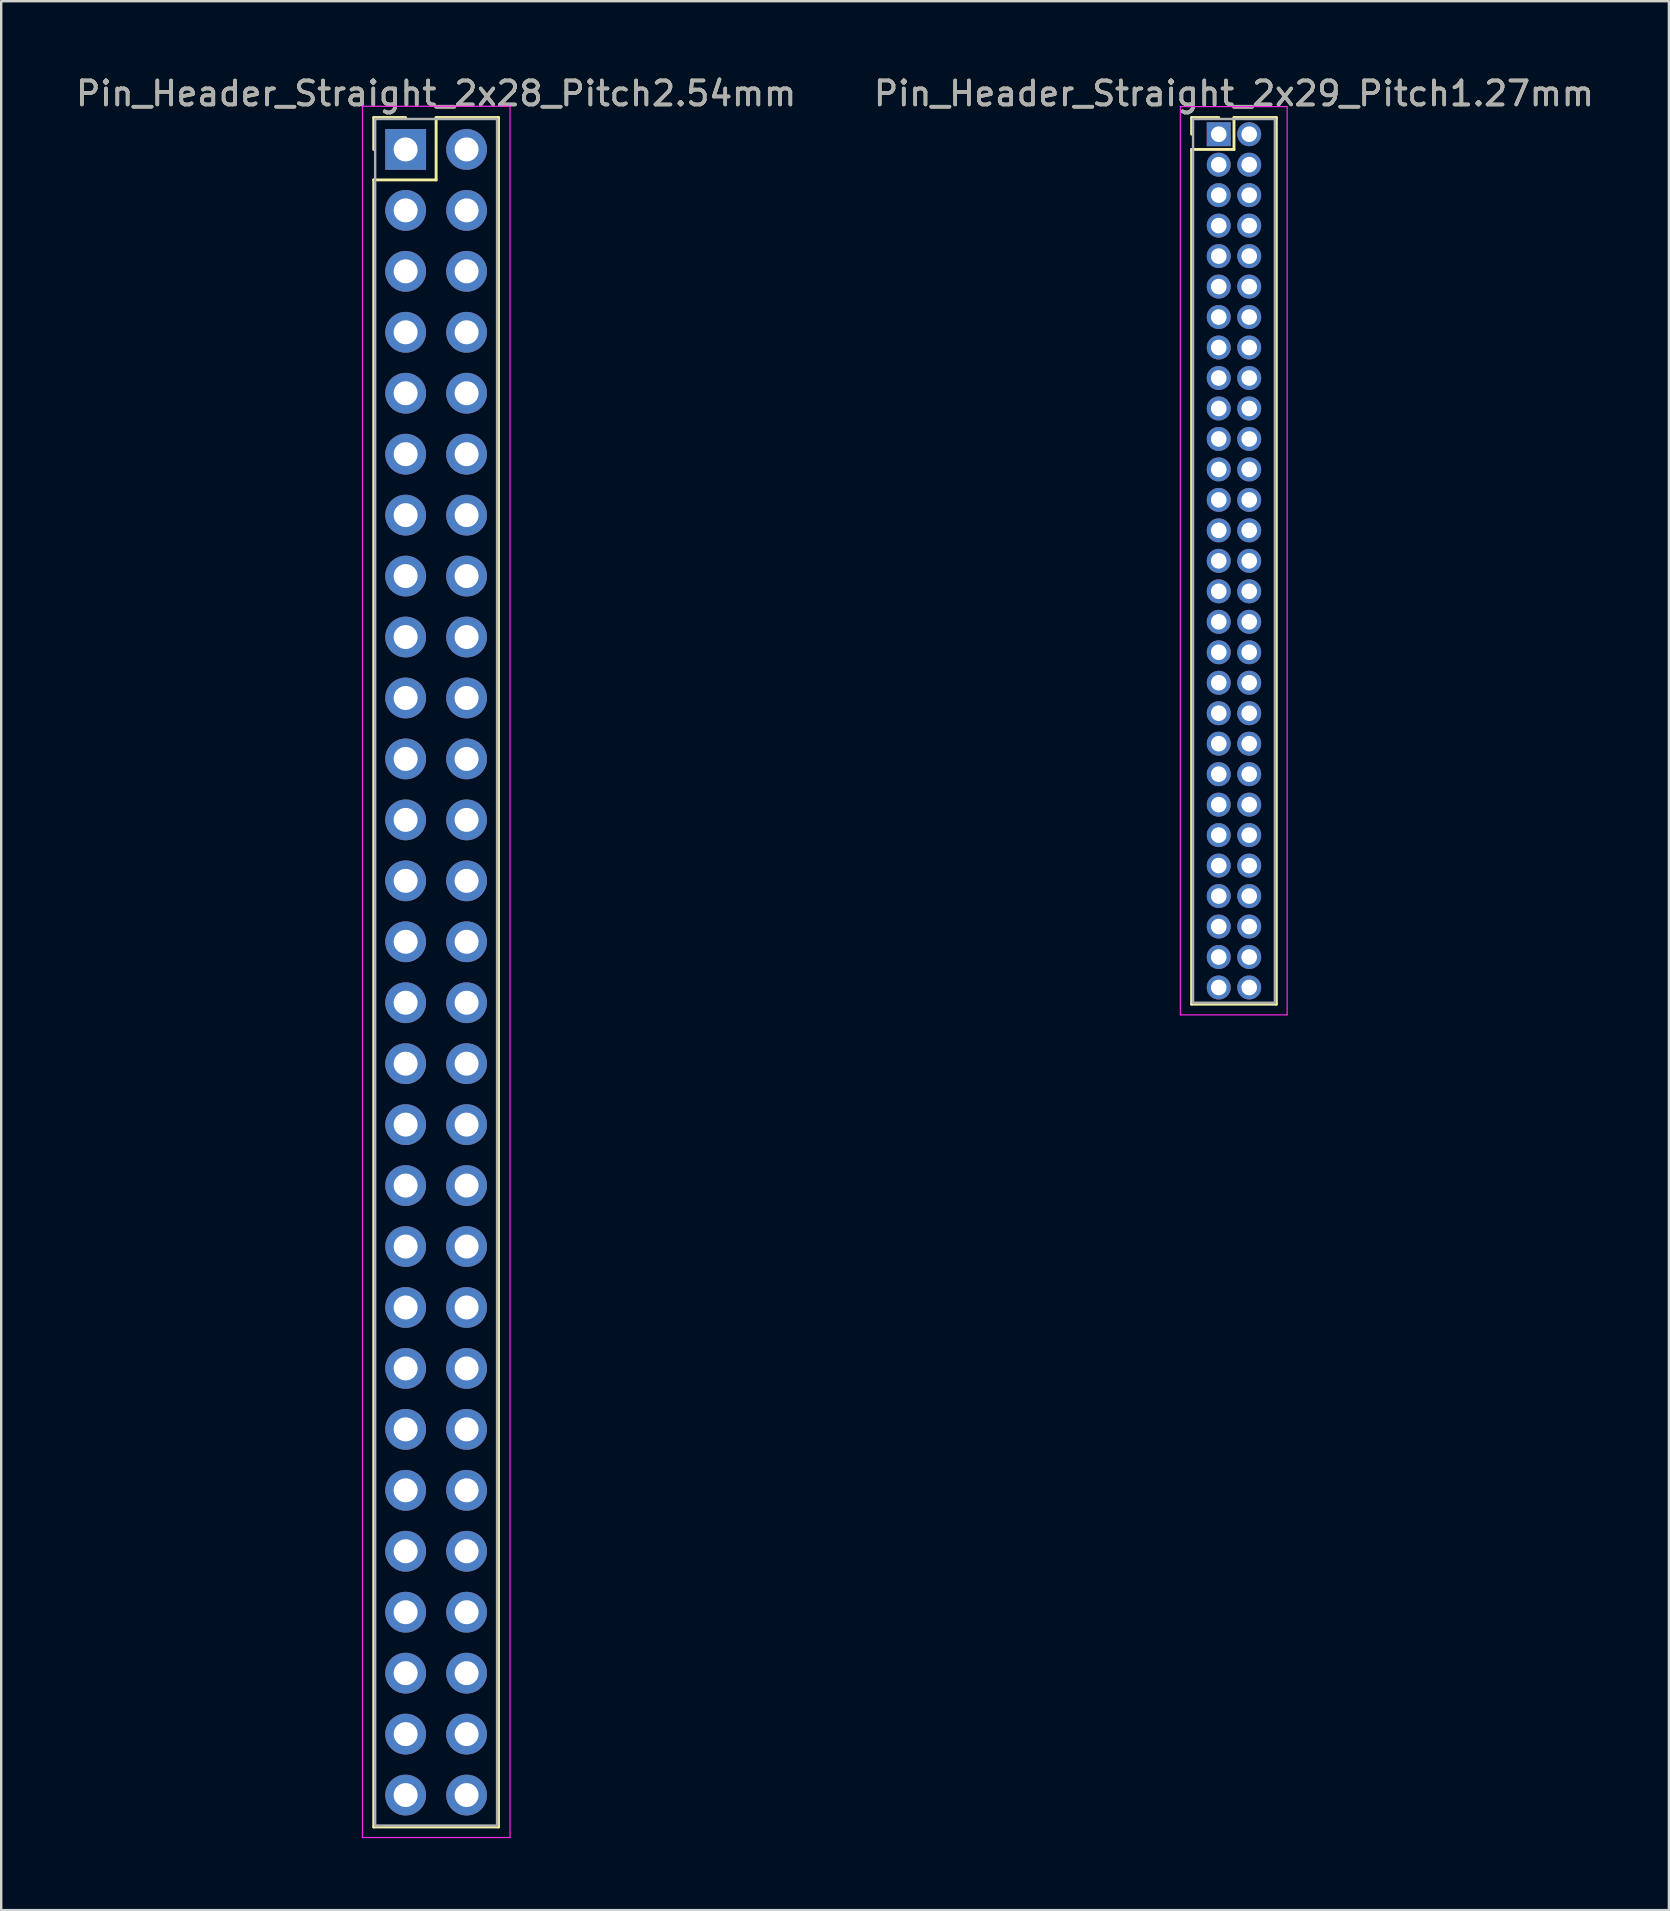
<source format=kicad_pcb>
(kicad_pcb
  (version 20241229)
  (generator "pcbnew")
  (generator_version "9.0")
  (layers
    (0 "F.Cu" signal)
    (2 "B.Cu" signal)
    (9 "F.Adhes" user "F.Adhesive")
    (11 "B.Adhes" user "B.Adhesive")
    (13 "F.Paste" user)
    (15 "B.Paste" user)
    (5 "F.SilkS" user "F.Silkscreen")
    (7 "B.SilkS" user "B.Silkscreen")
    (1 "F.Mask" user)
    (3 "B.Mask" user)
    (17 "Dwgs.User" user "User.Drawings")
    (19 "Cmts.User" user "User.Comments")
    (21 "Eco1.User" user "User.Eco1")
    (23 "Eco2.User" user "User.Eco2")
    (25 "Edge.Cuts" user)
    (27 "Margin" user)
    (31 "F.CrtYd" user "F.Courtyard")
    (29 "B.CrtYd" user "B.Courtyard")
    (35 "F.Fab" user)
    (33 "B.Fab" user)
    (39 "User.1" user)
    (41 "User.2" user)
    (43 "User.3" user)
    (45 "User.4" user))
  (footprint "Pin_Header_Straight_2x28_Pitch2.54mm"
    (layer "F.Cu")
    (at 13.855 3.178)
    (property "Reference" "Pin_Header_Straight_2x28_Pitch2.54mm" (at 1.27 -2.33 0) (layer "F.SilkS") (effects (font (size 1 1) (thickness 0.15))))
    (attr through_hole)
    (fp_line (start -1.33 -1.33) (end 0 -1.33) (stroke (width 0.12) (type solid)) (layer "F.SilkS"))
    (fp_line (start -1.33 0) (end -1.33 -1.33) (stroke (width 0.12) (type solid)) (layer "F.SilkS"))
    (fp_line (start -1.33 1.27) (end -1.33 69.91) (stroke (width 0.12) (type solid)) (layer "F.SilkS"))
    (fp_line (start -1.33 69.91) (end 3.87 69.91) (stroke (width 0.12) (type solid)) (layer "F.SilkS"))
    (fp_line (start 1.27 -1.33) (end 1.27 1.27) (stroke (width 0.12) (type solid)) (layer "F.SilkS"))
    (fp_line (start 1.27 1.27) (end -1.33 1.27) (stroke (width 0.12) (type solid)) (layer "F.SilkS"))
    (fp_line (start 3.87 -1.33) (end 1.27 -1.33) (stroke (width 0.12) (type solid)) (layer "F.SilkS"))
    (fp_line (start 3.87 69.91) (end 3.87 -1.33) (stroke (width 0.12) (type solid)) (layer "F.SilkS"))
    (fp_line (start -1.8 -1.8) (end -1.8 70.35) (stroke (width 0.05) (type solid)) (layer "F.CrtYd"))
    (fp_line (start -1.8 70.35) (end 4.35 70.35) (stroke (width 0.05) (type solid)) (layer "F.CrtYd"))
    (fp_line (start 4.35 -1.8) (end -1.8 -1.8) (stroke (width 0.05) (type solid)) (layer "F.CrtYd"))
    (fp_line (start 4.35 70.35) (end 4.35 -1.8) (stroke (width 0.05) (type solid)) (layer "F.CrtYd"))
    (fp_line (start -1.27 -1.27) (end -1.27 69.85) (stroke (width 0.1) (type solid)) (layer "F.Fab"))
    (fp_line (start -1.27 69.85) (end 3.81 69.85) (stroke (width 0.1) (type solid)) (layer "F.Fab"))
    (fp_line (start 3.81 -1.27) (end -1.27 -1.27) (stroke (width 0.1) (type solid)) (layer "F.Fab"))
    (fp_line (start 3.81 69.85) (end 3.81 -1.27) (stroke (width 0.1) (type solid)) (layer "F.Fab"))
    (fp_text user "${REFERENCE}" (at 1.27 -2.33 0) (layer "F.Fab") (effects (font (size 1 1) (thickness 0.15))))
    (pad "1" thru_hole rect (at 0 0) (size 1.7 1.7) (drill 1) (layers "*.Cu" "*.Mask"))
    (pad "2" thru_hole oval (at 2.54 0) (size 1.7 1.7) (drill 1) (layers "*.Cu" "*.Mask"))
    (pad "3" thru_hole oval (at 0 2.54) (size 1.7 1.7) (drill 1) (layers "*.Cu" "*.Mask"))
    (pad "4" thru_hole oval (at 2.54 2.54) (size 1.7 1.7) (drill 1) (layers "*.Cu" "*.Mask"))
    (pad "5" thru_hole oval (at 0 5.08) (size 1.7 1.7) (drill 1) (layers "*.Cu" "*.Mask"))
    (pad "6" thru_hole oval (at 2.54 5.08) (size 1.7 1.7) (drill 1) (layers "*.Cu" "*.Mask"))
    (pad "7" thru_hole oval (at 0 7.62) (size 1.7 1.7) (drill 1) (layers "*.Cu" "*.Mask"))
    (pad "8" thru_hole oval (at 2.54 7.62) (size 1.7 1.7) (drill 1) (layers "*.Cu" "*.Mask"))
    (pad "9" thru_hole oval (at 0 10.16) (size 1.7 1.7) (drill 1) (layers "*.Cu" "*.Mask"))
    (pad "10" thru_hole oval (at 2.54 10.16) (size 1.7 1.7) (drill 1) (layers "*.Cu" "*.Mask"))
    (pad "11" thru_hole oval (at 0 12.7) (size 1.7 1.7) (drill 1) (layers "*.Cu" "*.Mask"))
    (pad "12" thru_hole oval (at 2.54 12.7) (size 1.7 1.7) (drill 1) (layers "*.Cu" "*.Mask"))
    (pad "13" thru_hole oval (at 0 15.24) (size 1.7 1.7) (drill 1) (layers "*.Cu" "*.Mask"))
    (pad "14" thru_hole oval (at 2.54 15.24) (size 1.7 1.7) (drill 1) (layers "*.Cu" "*.Mask"))
    (pad "15" thru_hole oval (at 0 17.78) (size 1.7 1.7) (drill 1) (layers "*.Cu" "*.Mask"))
    (pad "16" thru_hole oval (at 2.54 17.78) (size 1.7 1.7) (drill 1) (layers "*.Cu" "*.Mask"))
    (pad "17" thru_hole oval (at 0 20.32) (size 1.7 1.7) (drill 1) (layers "*.Cu" "*.Mask"))
    (pad "18" thru_hole oval (at 2.54 20.32) (size 1.7 1.7) (drill 1) (layers "*.Cu" "*.Mask"))
    (pad "19" thru_hole oval (at 0 22.86) (size 1.7 1.7) (drill 1) (layers "*.Cu" "*.Mask"))
    (pad "20" thru_hole oval (at 2.54 22.86) (size 1.7 1.7) (drill 1) (layers "*.Cu" "*.Mask"))
    (pad "21" thru_hole oval (at 0 25.4) (size 1.7 1.7) (drill 1) (layers "*.Cu" "*.Mask"))
    (pad "22" thru_hole oval (at 2.54 25.4) (size 1.7 1.7) (drill 1) (layers "*.Cu" "*.Mask"))
    (pad "23" thru_hole oval (at 0 27.94) (size 1.7 1.7) (drill 1) (layers "*.Cu" "*.Mask"))
    (pad "24" thru_hole oval (at 2.54 27.94) (size 1.7 1.7) (drill 1) (layers "*.Cu" "*.Mask"))
    (pad "25" thru_hole oval (at 0 30.48) (size 1.7 1.7) (drill 1) (layers "*.Cu" "*.Mask"))
    (pad "26" thru_hole oval (at 2.54 30.48) (size 1.7 1.7) (drill 1) (layers "*.Cu" "*.Mask"))
    (pad "27" thru_hole oval (at 0 33.02) (size 1.7 1.7) (drill 1) (layers "*.Cu" "*.Mask"))
    (pad "28" thru_hole oval (at 2.54 33.02) (size 1.7 1.7) (drill 1) (layers "*.Cu" "*.Mask"))
    (pad "29" thru_hole oval (at 0 35.56) (size 1.7 1.7) (drill 1) (layers "*.Cu" "*.Mask"))
    (pad "30" thru_hole oval (at 2.54 35.56) (size 1.7 1.7) (drill 1) (layers "*.Cu" "*.Mask"))
    (pad "31" thru_hole oval (at 0 38.1) (size 1.7 1.7) (drill 1) (layers "*.Cu" "*.Mask"))
    (pad "32" thru_hole oval (at 2.54 38.1) (size 1.7 1.7) (drill 1) (layers "*.Cu" "*.Mask"))
    (pad "33" thru_hole oval (at 0 40.64) (size 1.7 1.7) (drill 1) (layers "*.Cu" "*.Mask"))
    (pad "34" thru_hole oval (at 2.54 40.64) (size 1.7 1.7) (drill 1) (layers "*.Cu" "*.Mask"))
    (pad "35" thru_hole oval (at 0 43.18) (size 1.7 1.7) (drill 1) (layers "*.Cu" "*.Mask"))
    (pad "36" thru_hole oval (at 2.54 43.18) (size 1.7 1.7) (drill 1) (layers "*.Cu" "*.Mask"))
    (pad "37" thru_hole oval (at 0 45.72) (size 1.7 1.7) (drill 1) (layers "*.Cu" "*.Mask"))
    (pad "38" thru_hole oval (at 2.54 45.72) (size 1.7 1.7) (drill 1) (layers "*.Cu" "*.Mask"))
    (pad "39" thru_hole oval (at 0 48.26) (size 1.7 1.7) (drill 1) (layers "*.Cu" "*.Mask"))
    (pad "40" thru_hole oval (at 2.54 48.26) (size 1.7 1.7) (drill 1) (layers "*.Cu" "*.Mask"))
    (pad "41" thru_hole oval (at 0 50.8) (size 1.7 1.7) (drill 1) (layers "*.Cu" "*.Mask"))
    (pad "42" thru_hole oval (at 2.54 50.8) (size 1.7 1.7) (drill 1) (layers "*.Cu" "*.Mask"))
    (pad "43" thru_hole oval (at 0 53.34) (size 1.7 1.7) (drill 1) (layers "*.Cu" "*.Mask"))
    (pad "44" thru_hole oval (at 2.54 53.34) (size 1.7 1.7) (drill 1) (layers "*.Cu" "*.Mask"))
    (pad "45" thru_hole oval (at 0 55.88) (size 1.7 1.7) (drill 1) (layers "*.Cu" "*.Mask"))
    (pad "46" thru_hole oval (at 2.54 55.88) (size 1.7 1.7) (drill 1) (layers "*.Cu" "*.Mask"))
    (pad "47" thru_hole oval (at 0 58.42) (size 1.7 1.7) (drill 1) (layers "*.Cu" "*.Mask"))
    (pad "48" thru_hole oval (at 2.54 58.42) (size 1.7 1.7) (drill 1) (layers "*.Cu" "*.Mask"))
    (pad "49" thru_hole oval (at 0 60.96) (size 1.7 1.7) (drill 1) (layers "*.Cu" "*.Mask"))
    (pad "50" thru_hole oval (at 2.54 60.96) (size 1.7 1.7) (drill 1) (layers "*.Cu" "*.Mask"))
    (pad "51" thru_hole oval (at 0 63.5) (size 1.7 1.7) (drill 1) (layers "*.Cu" "*.Mask"))
    (pad "52" thru_hole oval (at 2.54 63.5) (size 1.7 1.7) (drill 1) (layers "*.Cu" "*.Mask"))
    (pad "53" thru_hole oval (at 0 66.04) (size 1.7 1.7) (drill 1) (layers "*.Cu" "*.Mask"))
    (pad "54" thru_hole oval (at 2.54 66.04) (size 1.7 1.7) (drill 1) (layers "*.Cu" "*.Mask"))
    (pad "55" thru_hole oval (at 0 68.58) (size 1.7 1.7) (drill 1) (layers "*.Cu" "*.Mask"))
    (pad "56" thru_hole oval (at 2.54 68.58) (size 1.7 1.7) (drill 1) (layers "*.Cu" "*.Mask")))
  (footprint "Pin_Header_Straight_2x29_Pitch1.27mm"
    (layer "F.Cu")
    (at 47.74 2.543)
    (property "Reference" "Pin_Header_Straight_2x29_Pitch1.27mm" (at 0.635 -1.695 0) (layer "F.SilkS") (effects (font (size 1 1) (thickness 0.15))))
    (attr through_hole)
    (fp_line (start -1.13 -0.695) (end 0 -0.695) (stroke (width 0.12) (type solid)) (layer "F.SilkS"))
    (fp_line (start -1.13 0) (end -1.13 -0.695) (stroke (width 0.12) (type solid)) (layer "F.SilkS"))
    (fp_line (start -1.13 0.635) (end -1.13 36.255) (stroke (width 0.12) (type solid)) (layer "F.SilkS"))
    (fp_line (start -1.13 36.255) (end 2.4 36.255) (stroke (width 0.12) (type solid)) (layer "F.SilkS"))
    (fp_line (start 0.635 -0.695) (end 0.635 0.635) (stroke (width 0.12) (type solid)) (layer "F.SilkS"))
    (fp_line (start 0.635 0.635) (end -1.13 0.635) (stroke (width 0.12) (type solid)) (layer "F.SilkS"))
    (fp_line (start 2.4 -0.695) (end 0.635 -0.695) (stroke (width 0.12) (type solid)) (layer "F.SilkS"))
    (fp_line (start 2.4 36.255) (end 2.4 -0.695) (stroke (width 0.12) (type solid)) (layer "F.SilkS"))
    (fp_line (start -1.6 -1.15) (end -1.6 36.7) (stroke (width 0.05) (type solid)) (layer "F.CrtYd"))
    (fp_line (start -1.6 36.7) (end 2.85 36.7) (stroke (width 0.05) (type solid)) (layer "F.CrtYd"))
    (fp_line (start 2.85 -1.15) (end -1.6 -1.15) (stroke (width 0.05) (type solid)) (layer "F.CrtYd"))
    (fp_line (start 2.85 36.7) (end 2.85 -1.15) (stroke (width 0.05) (type solid)) (layer "F.CrtYd"))
    (fp_line (start -1.07 -0.635) (end -1.07 36.195) (stroke (width 0.1) (type solid)) (layer "F.Fab"))
    (fp_line (start -1.07 36.195) (end 2.34 36.195) (stroke (width 0.1) (type solid)) (layer "F.Fab"))
    (fp_line (start 2.34 -0.635) (end -1.07 -0.635) (stroke (width 0.1) (type solid)) (layer "F.Fab"))
    (fp_line (start 2.34 36.195) (end 2.34 -0.635) (stroke (width 0.1) (type solid)) (layer "F.Fab"))
    (fp_text user "${REFERENCE}" (at 0.635 -1.695 0) (layer "F.Fab") (effects (font (size 1 1) (thickness 0.15))))
    (pad "1" thru_hole rect (at 0 0) (size 1 1) (drill 0.65) (layers "*.Cu" "*.Mask"))
    (pad "2" thru_hole oval (at 1.27 0) (size 1 1) (drill 0.65) (layers "*.Cu" "*.Mask"))
    (pad "3" thru_hole oval (at 0 1.27) (size 1 1) (drill 0.65) (layers "*.Cu" "*.Mask"))
    (pad "4" thru_hole oval (at 1.27 1.27) (size 1 1) (drill 0.65) (layers "*.Cu" "*.Mask"))
    (pad "5" thru_hole oval (at 0 2.54) (size 1 1) (drill 0.65) (layers "*.Cu" "*.Mask"))
    (pad "6" thru_hole oval (at 1.27 2.54) (size 1 1) (drill 0.65) (layers "*.Cu" "*.Mask"))
    (pad "7" thru_hole oval (at 0 3.81) (size 1 1) (drill 0.65) (layers "*.Cu" "*.Mask"))
    (pad "8" thru_hole oval (at 1.27 3.81) (size 1 1) (drill 0.65) (layers "*.Cu" "*.Mask"))
    (pad "9" thru_hole oval (at 0 5.08) (size 1 1) (drill 0.65) (layers "*.Cu" "*.Mask"))
    (pad "10" thru_hole oval (at 1.27 5.08) (size 1 1) (drill 0.65) (layers "*.Cu" "*.Mask"))
    (pad "11" thru_hole oval (at 0 6.35) (size 1 1) (drill 0.65) (layers "*.Cu" "*.Mask"))
    (pad "12" thru_hole oval (at 1.27 6.35) (size 1 1) (drill 0.65) (layers "*.Cu" "*.Mask"))
    (pad "13" thru_hole oval (at 0 7.62) (size 1 1) (drill 0.65) (layers "*.Cu" "*.Mask"))
    (pad "14" thru_hole oval (at 1.27 7.62) (size 1 1) (drill 0.65) (layers "*.Cu" "*.Mask"))
    (pad "15" thru_hole oval (at 0 8.89) (size 1 1) (drill 0.65) (layers "*.Cu" "*.Mask"))
    (pad "16" thru_hole oval (at 1.27 8.89) (size 1 1) (drill 0.65) (layers "*.Cu" "*.Mask"))
    (pad "17" thru_hole oval (at 0 10.16) (size 1 1) (drill 0.65) (layers "*.Cu" "*.Mask"))
    (pad "18" thru_hole oval (at 1.27 10.16) (size 1 1) (drill 0.65) (layers "*.Cu" "*.Mask"))
    (pad "19" thru_hole oval (at 0 11.43) (size 1 1) (drill 0.65) (layers "*.Cu" "*.Mask"))
    (pad "20" thru_hole oval (at 1.27 11.43) (size 1 1) (drill 0.65) (layers "*.Cu" "*.Mask"))
    (pad "21" thru_hole oval (at 0 12.7) (size 1 1) (drill 0.65) (layers "*.Cu" "*.Mask"))
    (pad "22" thru_hole oval (at 1.27 12.7) (size 1 1) (drill 0.65) (layers "*.Cu" "*.Mask"))
    (pad "23" thru_hole oval (at 0 13.97) (size 1 1) (drill 0.65) (layers "*.Cu" "*.Mask"))
    (pad "24" thru_hole oval (at 1.27 13.97) (size 1 1) (drill 0.65) (layers "*.Cu" "*.Mask"))
    (pad "25" thru_hole oval (at 0 15.24) (size 1 1) (drill 0.65) (layers "*.Cu" "*.Mask"))
    (pad "26" thru_hole oval (at 1.27 15.24) (size 1 1) (drill 0.65) (layers "*.Cu" "*.Mask"))
    (pad "27" thru_hole oval (at 0 16.51) (size 1 1) (drill 0.65) (layers "*.Cu" "*.Mask"))
    (pad "28" thru_hole oval (at 1.27 16.51) (size 1 1) (drill 0.65) (layers "*.Cu" "*.Mask"))
    (pad "29" thru_hole oval (at 0 17.78) (size 1 1) (drill 0.65) (layers "*.Cu" "*.Mask"))
    (pad "30" thru_hole oval (at 1.27 17.78) (size 1 1) (drill 0.65) (layers "*.Cu" "*.Mask"))
    (pad "31" thru_hole oval (at 0 19.05) (size 1 1) (drill 0.65) (layers "*.Cu" "*.Mask"))
    (pad "32" thru_hole oval (at 1.27 19.05) (size 1 1) (drill 0.65) (layers "*.Cu" "*.Mask"))
    (pad "33" thru_hole oval (at 0 20.32) (size 1 1) (drill 0.65) (layers "*.Cu" "*.Mask"))
    (pad "34" thru_hole oval (at 1.27 20.32) (size 1 1) (drill 0.65) (layers "*.Cu" "*.Mask"))
    (pad "35" thru_hole oval (at 0 21.59) (size 1 1) (drill 0.65) (layers "*.Cu" "*.Mask"))
    (pad "36" thru_hole oval (at 1.27 21.59) (size 1 1) (drill 0.65) (layers "*.Cu" "*.Mask"))
    (pad "37" thru_hole oval (at 0 22.86) (size 1 1) (drill 0.65) (layers "*.Cu" "*.Mask"))
    (pad "38" thru_hole oval (at 1.27 22.86) (size 1 1) (drill 0.65) (layers "*.Cu" "*.Mask"))
    (pad "39" thru_hole oval (at 0 24.13) (size 1 1) (drill 0.65) (layers "*.Cu" "*.Mask"))
    (pad "40" thru_hole oval (at 1.27 24.13) (size 1 1) (drill 0.65) (layers "*.Cu" "*.Mask"))
    (pad "41" thru_hole oval (at 0 25.4) (size 1 1) (drill 0.65) (layers "*.Cu" "*.Mask"))
    (pad "42" thru_hole oval (at 1.27 25.4) (size 1 1) (drill 0.65) (layers "*.Cu" "*.Mask"))
    (pad "43" thru_hole oval (at 0 26.67) (size 1 1) (drill 0.65) (layers "*.Cu" "*.Mask"))
    (pad "44" thru_hole oval (at 1.27 26.67) (size 1 1) (drill 0.65) (layers "*.Cu" "*.Mask"))
    (pad "45" thru_hole oval (at 0 27.94) (size 1 1) (drill 0.65) (layers "*.Cu" "*.Mask"))
    (pad "46" thru_hole oval (at 1.27 27.94) (size 1 1) (drill 0.65) (layers "*.Cu" "*.Mask"))
    (pad "47" thru_hole oval (at 0 29.21) (size 1 1) (drill 0.65) (layers "*.Cu" "*.Mask"))
    (pad "48" thru_hole oval (at 1.27 29.21) (size 1 1) (drill 0.65) (layers "*.Cu" "*.Mask"))
    (pad "49" thru_hole oval (at 0 30.48) (size 1 1) (drill 0.65) (layers "*.Cu" "*.Mask"))
    (pad "50" thru_hole oval (at 1.27 30.48) (size 1 1) (drill 0.65) (layers "*.Cu" "*.Mask"))
    (pad "51" thru_hole oval (at 0 31.75) (size 1 1) (drill 0.65) (layers "*.Cu" "*.Mask"))
    (pad "52" thru_hole oval (at 1.27 31.75) (size 1 1) (drill 0.65) (layers "*.Cu" "*.Mask"))
    (pad "53" thru_hole oval (at 0 33.02) (size 1 1) (drill 0.65) (layers "*.Cu" "*.Mask"))
    (pad "54" thru_hole oval (at 1.27 33.02) (size 1 1) (drill 0.65) (layers "*.Cu" "*.Mask"))
    (pad "55" thru_hole oval (at 0 34.29) (size 1 1) (drill 0.65) (layers "*.Cu" "*.Mask"))
    (pad "56" thru_hole oval (at 1.27 34.29) (size 1 1) (drill 0.65) (layers "*.Cu" "*.Mask"))
    (pad "57" thru_hole oval (at 0 35.56) (size 1 1) (drill 0.65) (layers "*.Cu" "*.Mask"))
    (pad "58" thru_hole oval (at 1.27 35.56) (size 1 1) (drill 0.65) (layers "*.Cu" "*.Mask")))
  (gr_rect
    (start -3 -3)
    (end 66.5 76.553)
    (stroke (width 0.1) (type default))
    (fill no)
    (layer "Edge.Cuts")))
</source>
